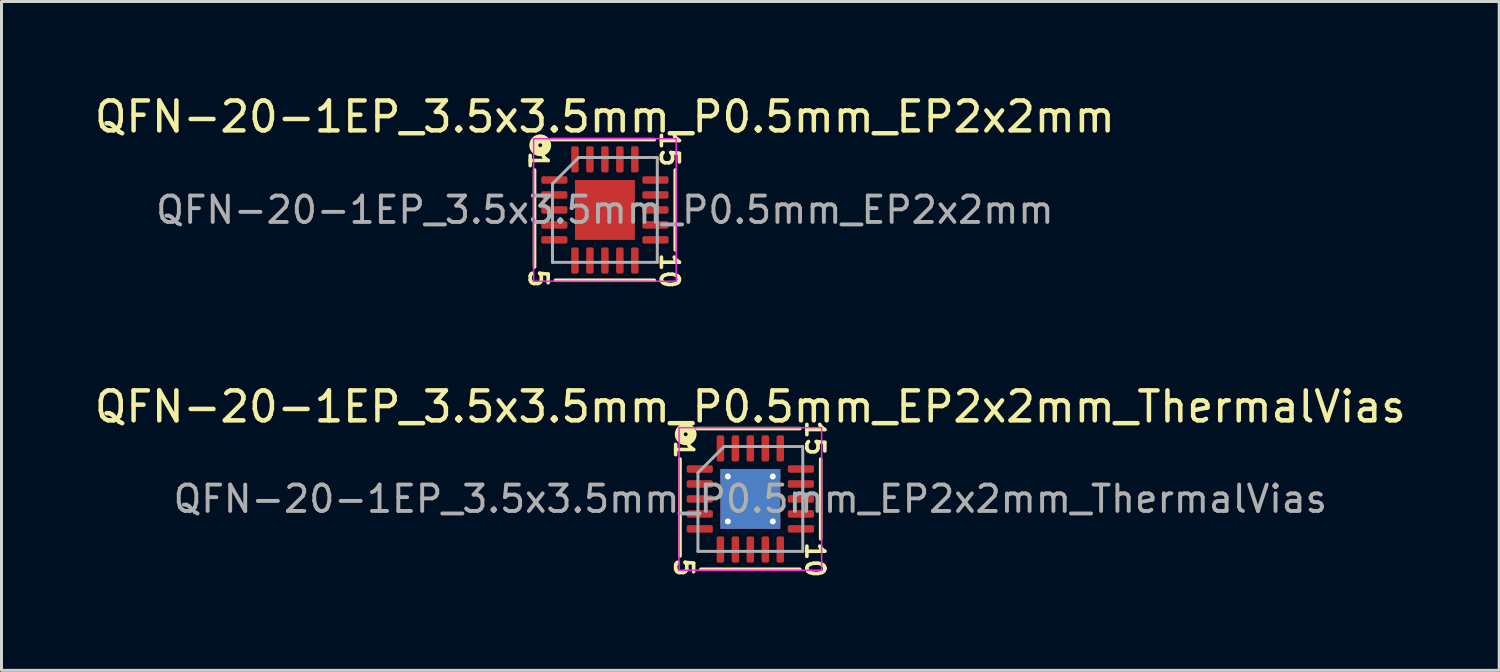
<source format=kicad_pcb>
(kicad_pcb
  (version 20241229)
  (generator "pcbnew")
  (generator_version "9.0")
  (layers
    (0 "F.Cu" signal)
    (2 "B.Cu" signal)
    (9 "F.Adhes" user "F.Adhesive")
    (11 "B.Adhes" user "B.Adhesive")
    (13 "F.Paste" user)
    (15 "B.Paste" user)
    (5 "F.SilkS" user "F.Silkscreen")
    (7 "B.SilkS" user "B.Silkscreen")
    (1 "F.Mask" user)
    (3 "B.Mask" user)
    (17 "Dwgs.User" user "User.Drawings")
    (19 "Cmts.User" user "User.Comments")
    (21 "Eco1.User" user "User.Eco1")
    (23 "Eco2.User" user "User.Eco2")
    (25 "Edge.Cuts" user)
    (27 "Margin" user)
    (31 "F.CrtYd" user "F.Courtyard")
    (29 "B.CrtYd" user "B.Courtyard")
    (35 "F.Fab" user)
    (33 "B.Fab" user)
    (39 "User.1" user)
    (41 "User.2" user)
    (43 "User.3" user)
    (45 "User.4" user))
  (footprint "QFN-20-1EP_3.5x3.5mm_P0.5mm_EP2x2mm"
    (layer "F.Cu")
    (at 17.149 3.96)
    (property "Reference" "QFN-20-1EP_3.5x3.5mm_P0.5mm_EP2x2mm" (at 0 -3.111 0) (layer "F.SilkS") (effects (font (size 1 1) (thickness 0.15))))
    (attr smd)
    (fp_line (start -2.349 -1.333) (end -2.349 1.905) (stroke (width 0.12) (type solid)) (layer "F.SilkS"))
    (fp_line (start -1.651 2.349) (end 1.651 2.349) (stroke (width 0.12) (type solid)) (layer "F.SilkS"))
    (fp_line (start 1.651 -2.349) (end -1.778 -2.349) (stroke (width 0.12) (type solid)) (layer "F.SilkS"))
    (fp_line (start 2.349 1.333) (end 2.349 -1.333) (stroke (width 0.12) (type solid)) (layer "F.SilkS"))
    (fp_circle (center -2.159 -2.159) (end -2.095 -2.159) (stroke (width 0.3) (type solid)) (fill no) (layer "F.SilkS"))
    (fp_line (start -2.38 -2.38) (end -2.38 2.38) (stroke (width 0.05) (type solid)) (layer "F.CrtYd"))
    (fp_line (start -2.38 2.38) (end 2.38 2.38) (stroke (width 0.05) (type solid)) (layer "F.CrtYd"))
    (fp_line (start 2.38 -2.38) (end -2.38 -2.38) (stroke (width 0.05) (type solid)) (layer "F.CrtYd"))
    (fp_line (start 2.38 2.38) (end 2.38 -2.38) (stroke (width 0.05) (type solid)) (layer "F.CrtYd"))
    (fp_line (start -1.75 -0.875) (end -0.875 -1.75) (stroke (width 0.1) (type solid)) (layer "F.Fab"))
    (fp_line (start -1.75 1.75) (end -1.75 -0.875) (stroke (width 0.1) (type solid)) (layer "F.Fab"))
    (fp_line (start -0.875 -1.75) (end 1.75 -1.75) (stroke (width 0.1) (type solid)) (layer "F.Fab"))
    (fp_line (start 1.75 -1.75) (end 1.75 1.75) (stroke (width 0.1) (type solid)) (layer "F.Fab"))
    (fp_line (start 1.75 1.75) (end -1.75 1.75) (stroke (width 0.1) (type solid)) (layer "F.Fab"))
    (fp_text user "5" (at -2.223 2.286 270) (unlocked yes) (layer "F.SilkS") (effects (font (size 0.6 0.6) (thickness 0.12))))
    (fp_text user "1" (at -2.223 -1.651 270) (unlocked yes) (layer "F.SilkS") (effects (font (size 0.6 0.6) (thickness 0.12))))
    (fp_text user "10" (at 2.159 2.032 270) (unlocked yes) (layer "F.SilkS") (effects (font (size 0.6 0.6) (thickness 0.12))))
    (fp_text user "15" (at 2.159 -2.032 270) (unlocked yes) (layer "F.SilkS") (effects (font (size 0.6 0.6) (thickness 0.12))))
    (fp_text user "${REFERENCE}" (at 0 0 0) (layer "F.Fab") (effects (font (size 0.88 0.88) (thickness 0.13))))
    (pad "" smd roundrect (at -0.5 -0.5) (size 0.81 0.81) (layers "F.Paste") (roundrect_rratio 0.25))
    (pad "" smd roundrect (at -0.5 0.5) (size 0.81 0.81) (layers "F.Paste") (roundrect_rratio 0.25))
    (pad "" smd roundrect (at 0.5 -0.5) (size 0.81 0.81) (layers "F.Paste") (roundrect_rratio 0.25))
    (pad "" smd roundrect (at 0.5 0.5) (size 0.81 0.81) (layers "F.Paste") (roundrect_rratio 0.25))
    (pad "1" smd roundrect (at -1.688 -1) (size 0.875 0.25) (layers "F.Cu" "F.Mask" "F.Paste") (roundrect_rratio 0.25))
    (pad "2" smd roundrect (at -1.688 -0.5) (size 0.875 0.25) (layers "F.Cu" "F.Mask" "F.Paste") (roundrect_rratio 0.25))
    (pad "3" smd roundrect (at -1.688 0) (size 0.875 0.25) (layers "F.Cu" "F.Mask" "F.Paste") (roundrect_rratio 0.25))
    (pad "4" smd roundrect (at -1.688 0.5) (size 0.875 0.25) (layers "F.Cu" "F.Mask" "F.Paste") (roundrect_rratio 0.25))
    (pad "5" smd roundrect (at -1.688 1) (size 0.875 0.25) (layers "F.Cu" "F.Mask" "F.Paste") (roundrect_rratio 0.25))
    (pad "6" smd roundrect (at -1 1.688) (size 0.25 0.875) (layers "F.Cu" "F.Mask" "F.Paste") (roundrect_rratio 0.25))
    (pad "7" smd roundrect (at -0.5 1.688) (size 0.25 0.875) (layers "F.Cu" "F.Mask" "F.Paste") (roundrect_rratio 0.25))
    (pad "8" smd roundrect (at 0 1.688) (size 0.25 0.875) (layers "F.Cu" "F.Mask" "F.Paste") (roundrect_rratio 0.25))
    (pad "9" smd roundrect (at 0.5 1.688) (size 0.25 0.875) (layers "F.Cu" "F.Mask" "F.Paste") (roundrect_rratio 0.25))
    (pad "10" smd roundrect (at 1 1.688) (size 0.25 0.875) (layers "F.Cu" "F.Mask" "F.Paste") (roundrect_rratio 0.25))
    (pad "11" smd roundrect (at 1.688 1) (size 0.875 0.25) (layers "F.Cu" "F.Mask" "F.Paste") (roundrect_rratio 0.25))
    (pad "12" smd roundrect (at 1.688 0.5) (size 0.875 0.25) (layers "F.Cu" "F.Mask" "F.Paste") (roundrect_rratio 0.25))
    (pad "13" smd roundrect (at 1.688 0) (size 0.875 0.25) (layers "F.Cu" "F.Mask" "F.Paste") (roundrect_rratio 0.25))
    (pad "14" smd roundrect (at 1.688 -0.5) (size 0.875 0.25) (layers "F.Cu" "F.Mask" "F.Paste") (roundrect_rratio 0.25))
    (pad "15" smd roundrect (at 1.688 -1) (size 0.875 0.25) (layers "F.Cu" "F.Mask" "F.Paste") (roundrect_rratio 0.25))
    (pad "16" smd roundrect (at 1 -1.688) (size 0.25 0.875) (layers "F.Cu" "F.Mask" "F.Paste") (roundrect_rratio 0.25))
    (pad "17" smd roundrect (at 0.5 -1.688) (size 0.25 0.875) (layers "F.Cu" "F.Mask" "F.Paste") (roundrect_rratio 0.25))
    (pad "18" smd roundrect (at 0 -1.688) (size 0.25 0.875) (layers "F.Cu" "F.Mask" "F.Paste") (roundrect_rratio 0.25))
    (pad "19" smd roundrect (at -0.5 -1.688) (size 0.25 0.875) (layers "F.Cu" "F.Mask" "F.Paste") (roundrect_rratio 0.25))
    (pad "20" smd roundrect (at -1 -1.688) (size 0.25 0.875) (layers "F.Cu" "F.Mask" "F.Paste") (roundrect_rratio 0.25))
    (pad "21" smd rect (at 0 0) (size 2 2) (layers "F.Cu" "F.Mask")))
  (footprint "QFN-20-1EP_3.5x3.5mm_P0.5mm_EP2x2mm_ThermalVias"
    (layer "F.Cu")
    (at 22.006 13.611)
    (property "Reference" "QFN-20-1EP_3.5x3.5mm_P0.5mm_EP2x2mm_ThermalVias" (at 0 -3.08 0) (layer "F.SilkS") (effects (font (size 1 1) (thickness 0.15))))
    (attr smd)
    (fp_line (start -2.349 -1.333) (end -2.349 1.905) (stroke (width 0.12) (type solid)) (layer "F.SilkS"))
    (fp_line (start -1.651 2.349) (end 1.651 2.349) (stroke (width 0.12) (type solid)) (layer "F.SilkS"))
    (fp_line (start 1.651 -2.349) (end -1.778 -2.349) (stroke (width 0.12) (type solid)) (layer "F.SilkS"))
    (fp_line (start 2.349 1.333) (end 2.349 -1.333) (stroke (width 0.12) (type solid)) (layer "F.SilkS"))
    (fp_circle (center -2.159 -2.159) (end -2.095 -2.159) (stroke (width 0.3) (type solid)) (fill no) (layer "F.SilkS"))
    (fp_line (start -2.38 -2.38) (end -2.38 2.38) (stroke (width 0.05) (type solid)) (layer "F.CrtYd"))
    (fp_line (start -2.38 2.38) (end 2.38 2.38) (stroke (width 0.05) (type solid)) (layer "F.CrtYd"))
    (fp_line (start 2.38 -2.38) (end -2.38 -2.38) (stroke (width 0.05) (type solid)) (layer "F.CrtYd"))
    (fp_line (start 2.38 2.38) (end 2.38 -2.38) (stroke (width 0.05) (type solid)) (layer "F.CrtYd"))
    (fp_line (start -1.75 -0.875) (end -0.875 -1.75) (stroke (width 0.1) (type solid)) (layer "F.Fab"))
    (fp_line (start -1.75 1.75) (end -1.75 -0.875) (stroke (width 0.1) (type solid)) (layer "F.Fab"))
    (fp_line (start -0.875 -1.75) (end 1.75 -1.75) (stroke (width 0.1) (type solid)) (layer "F.Fab"))
    (fp_line (start 1.75 -1.75) (end 1.75 1.75) (stroke (width 0.1) (type solid)) (layer "F.Fab"))
    (fp_line (start 1.75 1.75) (end -1.75 1.75) (stroke (width 0.1) (type solid)) (layer "F.Fab"))
    (fp_text user "10" (at 2.159 2.032 270) (unlocked yes) (layer "F.SilkS") (effects (font (size 0.6 0.6) (thickness 0.12))))
    (fp_text user "5" (at -2.223 2.286 270) (unlocked yes) (layer "F.SilkS") (effects (font (size 0.6 0.6) (thickness 0.12))))
    (fp_text user "1" (at -2.223 -1.651 270) (unlocked yes) (layer "F.SilkS") (effects (font (size 0.6 0.6) (thickness 0.12))))
    (fp_text user "15" (at 2.159 -2.032 270) (unlocked yes) (layer "F.SilkS") (effects (font (size 0.6 0.6) (thickness 0.12))))
    (fp_text user "${REFERENCE}" (at 0 0 0) (layer "F.Fab") (effects (font (size 0.88 0.88) (thickness 0.13))))
    (pad "" smd roundrect (at -0.5 -0.5) (size 0.87 0.87) (layers "F.Paste") (roundrect_rratio 0.25))
    (pad "" smd roundrect (at -0.5 0.5) (size 0.87 0.87) (layers "F.Paste") (roundrect_rratio 0.25))
    (pad "" smd roundrect (at 0.5 -0.5) (size 0.87 0.87) (layers "F.Paste") (roundrect_rratio 0.25))
    (pad "" smd roundrect (at 0.5 0.5) (size 0.87 0.87) (layers "F.Paste") (roundrect_rratio 0.25))
    (pad "1" smd roundrect (at -1.688 -1) (size 0.875 0.25) (layers "F.Cu" "F.Mask" "F.Paste") (roundrect_rratio 0.25))
    (pad "2" smd roundrect (at -1.688 -0.5) (size 0.875 0.25) (layers "F.Cu" "F.Mask" "F.Paste") (roundrect_rratio 0.25))
    (pad "3" smd roundrect (at -1.688 0) (size 0.875 0.25) (layers "F.Cu" "F.Mask" "F.Paste") (roundrect_rratio 0.25))
    (pad "4" smd roundrect (at -1.688 0.5) (size 0.875 0.25) (layers "F.Cu" "F.Mask" "F.Paste") (roundrect_rratio 0.25))
    (pad "5" smd roundrect (at -1.688 1) (size 0.875 0.25) (layers "F.Cu" "F.Mask" "F.Paste") (roundrect_rratio 0.25))
    (pad "6" smd roundrect (at -1 1.688) (size 0.25 0.875) (layers "F.Cu" "F.Mask" "F.Paste") (roundrect_rratio 0.25))
    (pad "7" smd roundrect (at -0.5 1.688) (size 0.25 0.875) (layers "F.Cu" "F.Mask" "F.Paste") (roundrect_rratio 0.25))
    (pad "8" smd roundrect (at 0 1.688) (size 0.25 0.875) (layers "F.Cu" "F.Mask" "F.Paste") (roundrect_rratio 0.25))
    (pad "9" smd roundrect (at 0.5 1.688) (size 0.25 0.875) (layers "F.Cu" "F.Mask" "F.Paste") (roundrect_rratio 0.25))
    (pad "10" smd roundrect (at 1 1.688) (size 0.25 0.875) (layers "F.Cu" "F.Mask" "F.Paste") (roundrect_rratio 0.25))
    (pad "11" smd roundrect (at 1.688 1) (size 0.875 0.25) (layers "F.Cu" "F.Mask" "F.Paste") (roundrect_rratio 0.25))
    (pad "12" smd roundrect (at 1.688 0.5) (size 0.875 0.25) (layers "F.Cu" "F.Mask" "F.Paste") (roundrect_rratio 0.25))
    (pad "13" smd roundrect (at 1.688 0) (size 0.875 0.25) (layers "F.Cu" "F.Mask" "F.Paste") (roundrect_rratio 0.25))
    (pad "14" smd roundrect (at 1.688 -0.5) (size 0.875 0.25) (layers "F.Cu" "F.Mask" "F.Paste") (roundrect_rratio 0.25))
    (pad "15" smd roundrect (at 1.688 -1) (size 0.875 0.25) (layers "F.Cu" "F.Mask" "F.Paste") (roundrect_rratio 0.25))
    (pad "16" smd roundrect (at 1 -1.688) (size 0.25 0.875) (layers "F.Cu" "F.Mask" "F.Paste") (roundrect_rratio 0.25))
    (pad "17" smd roundrect (at 0.5 -1.688) (size 0.25 0.875) (layers "F.Cu" "F.Mask" "F.Paste") (roundrect_rratio 0.25))
    (pad "18" smd roundrect (at 0 -1.688) (size 0.25 0.875) (layers "F.Cu" "F.Mask" "F.Paste") (roundrect_rratio 0.25))
    (pad "19" smd roundrect (at -0.5 -1.688) (size 0.25 0.875) (layers "F.Cu" "F.Mask" "F.Paste") (roundrect_rratio 0.25))
    (pad "20" smd roundrect (at -1 -1.688) (size 0.25 0.875) (layers "F.Cu" "F.Mask" "F.Paste") (roundrect_rratio 0.25))
    (pad "21" thru_hole circle (at -0.75 -0.75) (size 0.5 0.5) (drill 0.2) (layers "*.Cu"))
    (pad "21" thru_hole circle (at -0.75 0.75) (size 0.5 0.5) (drill 0.2) (layers "*.Cu"))
    (pad "21" smd rect (at 0 0) (size 2 2) (layers "F.Cu" "F.Mask"))
    (pad "21" smd rect (at 0 0) (size 2 2) (layers "B.Cu" "B.Mask"))
    (pad "21" thru_hole circle (at 0.75 -0.75) (size 0.5 0.5) (drill 0.2) (layers "*.Cu"))
    (pad "21" thru_hole circle (at 0.75 0.75) (size 0.5 0.5) (drill 0.2) (layers "*.Cu")))
  (gr_rect
    (start -3 -3)
    (end 47.012 19.335)
    (stroke (width 0.1) (type default))
    (fill no)
    (layer "Edge.Cuts")))
</source>
